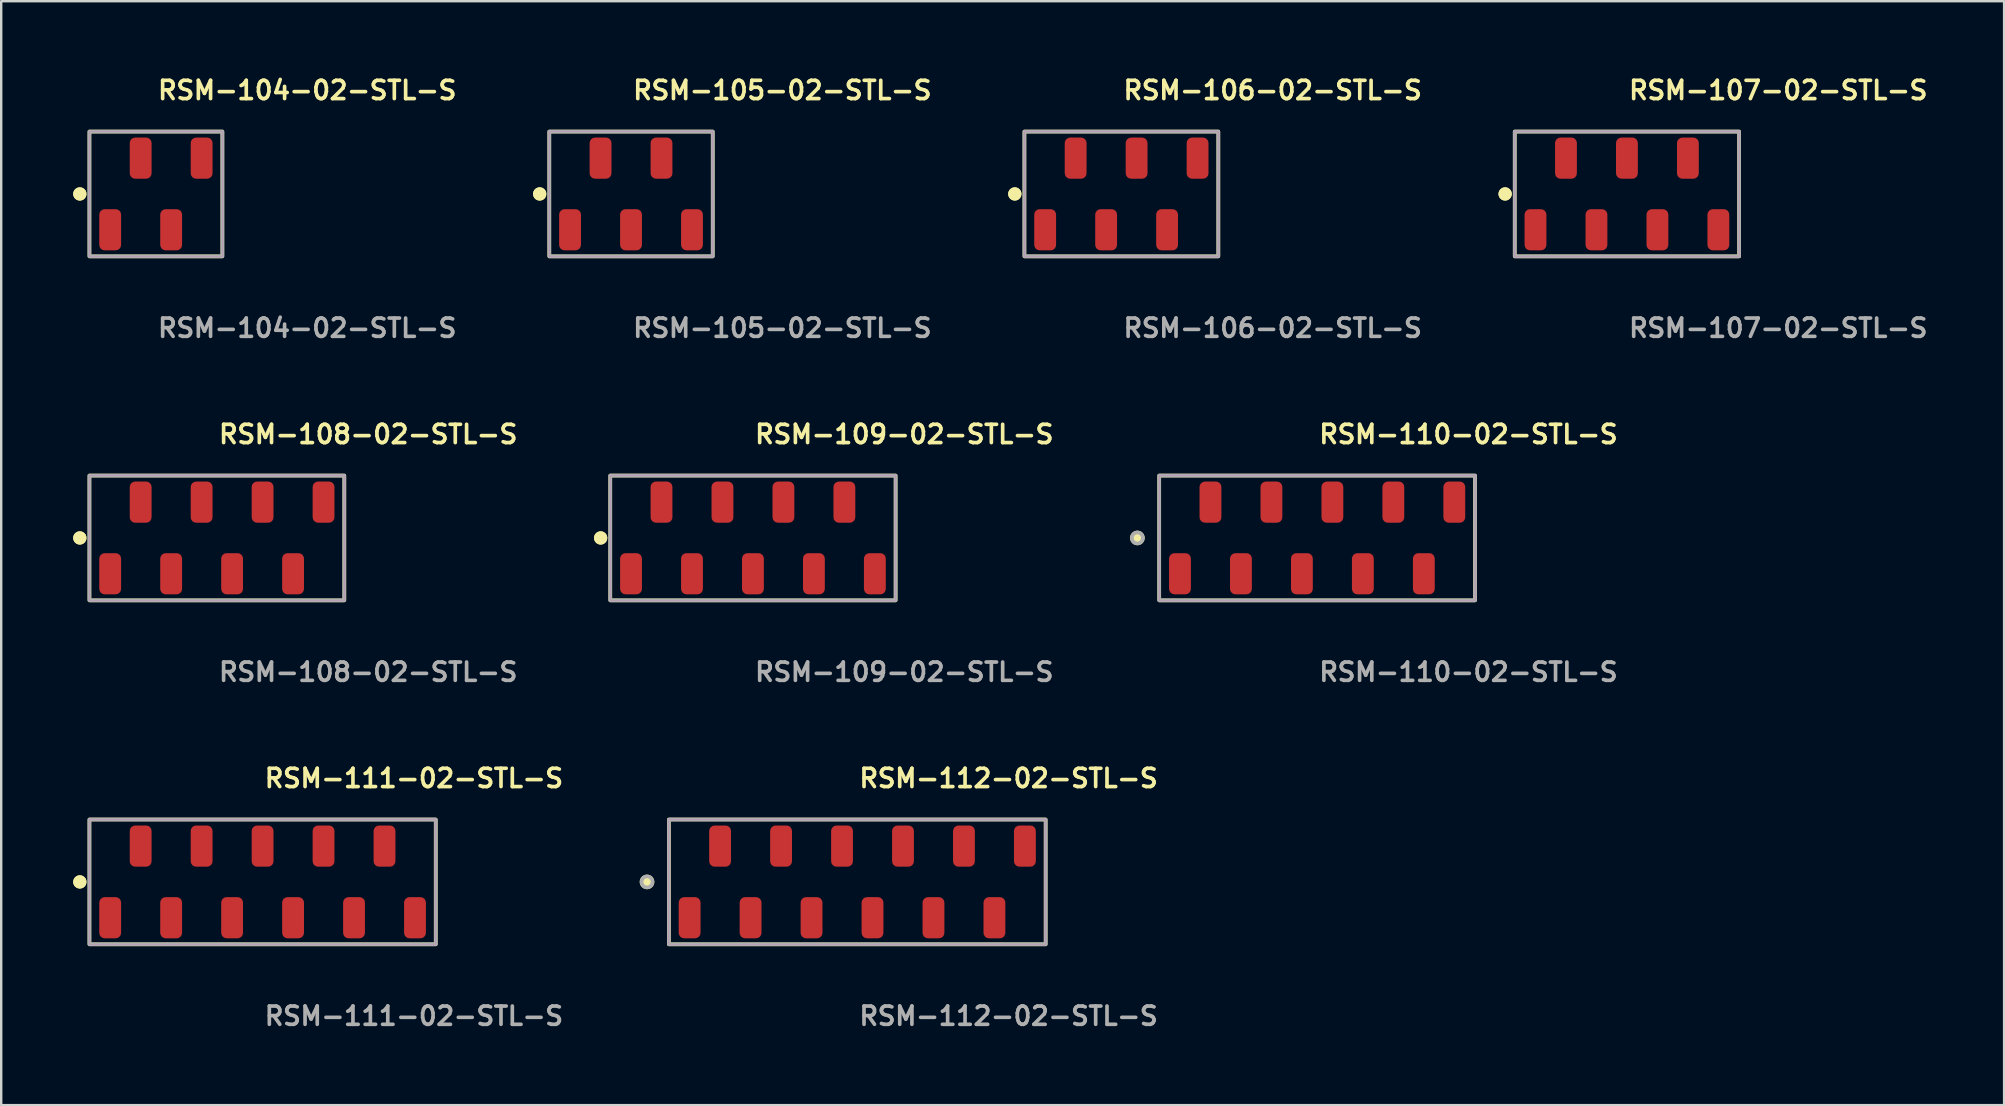
<source format=kicad_pcb>
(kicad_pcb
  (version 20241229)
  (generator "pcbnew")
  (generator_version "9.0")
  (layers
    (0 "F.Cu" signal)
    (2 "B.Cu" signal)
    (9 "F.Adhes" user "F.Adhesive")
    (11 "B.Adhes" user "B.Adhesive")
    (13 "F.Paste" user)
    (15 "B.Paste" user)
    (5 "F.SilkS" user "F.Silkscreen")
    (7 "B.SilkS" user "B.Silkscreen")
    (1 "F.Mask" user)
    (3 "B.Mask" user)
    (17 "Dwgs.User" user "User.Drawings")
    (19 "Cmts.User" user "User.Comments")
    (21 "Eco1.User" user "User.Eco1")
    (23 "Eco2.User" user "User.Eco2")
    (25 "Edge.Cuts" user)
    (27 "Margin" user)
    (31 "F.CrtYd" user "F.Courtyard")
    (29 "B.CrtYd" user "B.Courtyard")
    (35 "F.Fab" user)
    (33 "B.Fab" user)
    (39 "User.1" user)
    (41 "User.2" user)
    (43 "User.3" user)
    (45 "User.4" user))
  (footprint "RSM-105-02-STL-S"
    (layer "F.Cu")
    (at 23.242 5.031)
    (property "Reference" "RSM-105-02-STL-S" (at 0 -4.318 0) (unlocked yes) (layer "F.SilkS") (effects (font (size 0.762 0.762) (thickness 0.152)) (justify left)))
    (fp_rect (start -3.405 2.6) (end 3.405 -2.6) (stroke (width 0.152) (type solid)) (fill no) (layer "F.SilkS"))
    (fp_circle (center -3.805 0) (end -4.005 0) (stroke (width 0.152) (type solid)) (fill yes) (layer "F.SilkS"))
    (fp_circle (center -3.805 0) (end -4.005 0) (stroke (width 0.152) (type solid)) (fill yes) (layer "F.SilkS"))
    (fp_rect (start -3.405 2.6) (end 3.405 -2.6) (stroke (width 0.006) (type solid)) (fill no) (layer "F.CrtYd"))
    (fp_rect (start -3.405 2.6) (end 3.405 -2.6) (stroke (width 0.152) (type solid)) (fill no) (layer "F.Fab"))
    (fp_text user "${REFERENCE}" (at 0 5.588 0) (unlocked yes) (layer "F.Fab") (effects (font (size 0.762 0.762) (thickness 0.152)) (justify left)))
    (pad "1" smd roundrect (at -2.54 1.492) (size 0.91 1.715) (layers "F.Cu" "F.Paste") (roundrect_rratio 0.25))
    (pad "2" smd roundrect (at -1.27 -1.492) (size 0.91 1.715) (layers "F.Cu" "F.Paste") (roundrect_rratio 0.25))
    (pad "3" smd roundrect (at 0 1.492) (size 0.91 1.715) (layers "F.Cu" "F.Paste") (roundrect_rratio 0.25))
    (pad "4" smd roundrect (at 1.27 -1.492) (size 0.91 1.715) (layers "F.Cu" "F.Paste") (roundrect_rratio 0.25))
    (pad "5" smd roundrect (at 2.54 1.492) (size 0.91 1.715) (layers "F.Cu" "F.Paste") (roundrect_rratio 0.25)))
  (footprint "RSM-111-02-STL-S"
    (layer "F.Cu")
    (at 7.891 33.696)
    (property "Reference" "RSM-111-02-STL-S" (at 0 -4.318 0) (unlocked yes) (layer "F.SilkS") (effects (font (size 0.762 0.762) (thickness 0.152)) (justify left)))
    (fp_rect (start -7.215 2.6) (end 7.215 -2.6) (stroke (width 0.152) (type solid)) (fill no) (layer "F.SilkS"))
    (fp_circle (center -7.615 0) (end -7.815 0) (stroke (width 0.152) (type solid)) (fill yes) (layer "F.SilkS"))
    (fp_circle (center -7.615 0) (end -7.815 0) (stroke (width 0.152) (type solid)) (fill yes) (layer "F.SilkS"))
    (fp_rect (start -7.215 2.6) (end 7.215 -2.6) (stroke (width 0.006) (type solid)) (fill no) (layer "F.CrtYd"))
    (fp_rect (start -7.215 2.6) (end 7.215 -2.6) (stroke (width 0.152) (type solid)) (fill no) (layer "F.Fab"))
    (fp_text user "${REFERENCE}" (at 0 5.588 0) (unlocked yes) (layer "F.Fab") (effects (font (size 0.762 0.762) (thickness 0.152)) (justify left)))
    (pad "1" smd roundrect (at -6.35 1.492) (size 0.91 1.715) (layers "F.Cu" "F.Paste") (roundrect_rratio 0.25))
    (pad "2" smd roundrect (at -5.08 -1.492) (size 0.91 1.715) (layers "F.Cu" "F.Paste") (roundrect_rratio 0.25))
    (pad "3" smd roundrect (at -3.81 1.492) (size 0.91 1.715) (layers "F.Cu" "F.Paste") (roundrect_rratio 0.25))
    (pad "4" smd roundrect (at -2.54 -1.492) (size 0.91 1.715) (layers "F.Cu" "F.Paste") (roundrect_rratio 0.25))
    (pad "5" smd roundrect (at -1.27 1.492) (size 0.91 1.715) (layers "F.Cu" "F.Paste") (roundrect_rratio 0.25))
    (pad "6" smd roundrect (at 0 -1.492) (size 0.91 1.715) (layers "F.Cu" "F.Paste") (roundrect_rratio 0.25))
    (pad "7" smd roundrect (at 1.27 1.492) (size 0.91 1.715) (layers "F.Cu" "F.Paste") (roundrect_rratio 0.25))
    (pad "8" smd roundrect (at 2.54 -1.492) (size 0.91 1.715) (layers "F.Cu" "F.Paste") (roundrect_rratio 0.25))
    (pad "9" smd roundrect (at 3.81 1.492) (size 0.91 1.715) (layers "F.Cu" "F.Paste") (roundrect_rratio 0.25))
    (pad "10" smd roundrect (at 5.08 -1.492) (size 0.91 1.715) (layers "F.Cu" "F.Paste") (roundrect_rratio 0.25))
    (pad "11" smd roundrect (at 6.35 1.492) (size 0.91 1.715) (layers "F.Cu" "F.Paste") (roundrect_rratio 0.25)))
  (footprint "RSM-104-02-STL-S"
    (layer "F.Cu")
    (at 3.446 5.031)
    (property "Reference" "RSM-104-02-STL-S" (at 0 -4.318 0) (unlocked yes) (layer "F.SilkS") (effects (font (size 0.762 0.762) (thickness 0.152)) (justify left)))
    (fp_rect (start -2.77 2.6) (end 2.77 -2.6) (stroke (width 0.152) (type solid)) (fill no) (layer "F.SilkS"))
    (fp_circle (center -3.17 0) (end -3.37 0) (stroke (width 0.152) (type solid)) (fill yes) (layer "F.SilkS"))
    (fp_circle (center -3.17 0) (end -3.37 0) (stroke (width 0.152) (type solid)) (fill yes) (layer "F.SilkS"))
    (fp_rect (start -2.77 2.6) (end 2.77 -2.6) (stroke (width 0.006) (type solid)) (fill no) (layer "F.CrtYd"))
    (fp_rect (start -2.77 2.6) (end 2.77 -2.6) (stroke (width 0.152) (type solid)) (fill no) (layer "F.Fab"))
    (fp_text user "${REFERENCE}" (at 0 5.588 0) (unlocked yes) (layer "F.Fab") (effects (font (size 0.762 0.762) (thickness 0.152)) (justify left)))
    (pad "1" smd roundrect (at -1.905 1.492) (size 0.91 1.715) (layers "F.Cu" "F.Paste") (roundrect_rratio 0.25))
    (pad "2" smd roundrect (at -0.635 -1.492) (size 0.91 1.715) (layers "F.Cu" "F.Paste") (roundrect_rratio 0.25))
    (pad "3" smd roundrect (at 0.635 1.492) (size 0.91 1.715) (layers "F.Cu" "F.Paste") (roundrect_rratio 0.25))
    (pad "4" smd roundrect (at 1.905 -1.492) (size 0.91 1.715) (layers "F.Cu" "F.Paste") (roundrect_rratio 0.25)))
  (footprint "RSM-108-02-STL-S"
    (layer "F.Cu")
    (at 5.986 19.364)
    (property "Reference" "RSM-108-02-STL-S" (at 0 -4.318 0) (unlocked yes) (layer "F.SilkS") (effects (font (size 0.762 0.762) (thickness 0.152)) (justify left)))
    (fp_rect (start -5.31 2.6) (end 5.31 -2.6) (stroke (width 0.152) (type solid)) (fill no) (layer "F.SilkS"))
    (fp_circle (center -5.71 0) (end -5.91 0) (stroke (width 0.152) (type solid)) (fill yes) (layer "F.SilkS"))
    (fp_circle (center -5.71 0) (end -5.91 0) (stroke (width 0.152) (type solid)) (fill yes) (layer "F.SilkS"))
    (fp_rect (start -5.31 2.6) (end 5.31 -2.6) (stroke (width 0.006) (type solid)) (fill no) (layer "F.CrtYd"))
    (fp_rect (start -5.31 2.6) (end 5.31 -2.6) (stroke (width 0.152) (type solid)) (fill no) (layer "F.Fab"))
    (fp_text user "${REFERENCE}" (at 0 5.588 0) (unlocked yes) (layer "F.Fab") (effects (font (size 0.762 0.762) (thickness 0.152)) (justify left)))
    (pad "1" smd roundrect (at -4.445 1.492) (size 0.91 1.715) (layers "F.Cu" "F.Paste") (roundrect_rratio 0.25))
    (pad "2" smd roundrect (at -3.175 -1.492) (size 0.91 1.715) (layers "F.Cu" "F.Paste") (roundrect_rratio 0.25))
    (pad "3" smd roundrect (at -1.905 1.492) (size 0.91 1.715) (layers "F.Cu" "F.Paste") (roundrect_rratio 0.25))
    (pad "4" smd roundrect (at -0.635 -1.492) (size 0.91 1.715) (layers "F.Cu" "F.Paste") (roundrect_rratio 0.25))
    (pad "5" smd roundrect (at 0.635 1.492) (size 0.91 1.715) (layers "F.Cu" "F.Paste") (roundrect_rratio 0.25))
    (pad "6" smd roundrect (at 1.905 -1.492) (size 0.91 1.715) (layers "F.Cu" "F.Paste") (roundrect_rratio 0.25))
    (pad "7" smd roundrect (at 3.175 1.492) (size 0.91 1.715) (layers "F.Cu" "F.Paste") (roundrect_rratio 0.25))
    (pad "8" smd roundrect (at 4.445 -1.492) (size 0.91 1.715) (layers "F.Cu" "F.Paste") (roundrect_rratio 0.25)))
  (footprint "RSM-110-02-STL-S"
    (layer "F.Cu")
    (at 51.83 19.364)
    (property "Reference" "RSM-110-02-STL-S" (at 0 -4.318 0) (unlocked yes) (layer "F.SilkS") (effects (font (size 0.762 0.762) (thickness 0.152)) (justify left)))
    (fp_rect (start -6.58 2.6) (end 6.58 -2.6) (stroke (width 0.152) (type solid)) (fill no) (layer "F.SilkS"))
    (fp_circle (center -7.49 0) (end -7.718 0) (stroke (width 0.152) (type solid)) (fill yes) (layer "F.SilkS"))
    (fp_rect (start -6.58 2.6) (end 6.58 -2.6) (stroke (width 0.006) (type solid)) (fill no) (layer "F.CrtYd"))
    (fp_rect (start -6.58 2.6) (end 6.58 -2.6) (stroke (width 0.152) (type solid)) (fill no) (layer "F.Fab"))
    (fp_circle (center -7.49 0) (end -7.718 0) (stroke (width 0.152) (type solid)) (fill no) (layer "F.Fab"))
    (fp_text user "${REFERENCE}" (at 0 5.588 0) (unlocked yes) (layer "F.Fab") (effects (font (size 0.762 0.762) (thickness 0.152)) (justify left)))
    (pad "1" smd roundrect (at -5.715 1.492) (size 0.91 1.715) (layers "F.Cu" "F.Paste") (roundrect_rratio 0.25))
    (pad "2" smd roundrect (at -4.445 -1.492) (size 0.91 1.715) (layers "F.Cu" "F.Paste") (roundrect_rratio 0.25))
    (pad "3" smd roundrect (at -3.175 1.492) (size 0.91 1.715) (layers "F.Cu" "F.Paste") (roundrect_rratio 0.25))
    (pad "4" smd roundrect (at -1.905 -1.492) (size 0.91 1.715) (layers "F.Cu" "F.Paste") (roundrect_rratio 0.25))
    (pad "5" smd roundrect (at -0.635 1.492) (size 0.91 1.715) (layers "F.Cu" "F.Paste") (roundrect_rratio 0.25))
    (pad "6" smd roundrect (at 0.635 -1.492) (size 0.91 1.715) (layers "F.Cu" "F.Paste") (roundrect_rratio 0.25))
    (pad "7" smd roundrect (at 1.905 1.492) (size 0.91 1.715) (layers "F.Cu" "F.Paste") (roundrect_rratio 0.25))
    (pad "8" smd roundrect (at 3.175 -1.492) (size 0.91 1.715) (layers "F.Cu" "F.Paste") (roundrect_rratio 0.25))
    (pad "9" smd roundrect (at 4.445 1.492) (size 0.91 1.715) (layers "F.Cu" "F.Paste") (roundrect_rratio 0.25))
    (pad "10" smd roundrect (at 5.715 -1.492) (size 0.91 1.715) (layers "F.Cu" "F.Paste") (roundrect_rratio 0.25)))
  (footprint "RSM-107-02-STL-S"
    (layer "F.Cu")
    (at 64.738 5.031)
    (property "Reference" "RSM-107-02-STL-S" (at 0 -4.318 0) (unlocked yes) (layer "F.SilkS") (effects (font (size 0.762 0.762) (thickness 0.152)) (justify left)))
    (fp_rect (start -4.675 2.6) (end 4.675 -2.6) (stroke (width 0.152) (type solid)) (fill no) (layer "F.SilkS"))
    (fp_circle (center -5.075 0) (end -5.275 0) (stroke (width 0.152) (type solid)) (fill yes) (layer "F.SilkS"))
    (fp_circle (center -5.075 0) (end -5.275 0) (stroke (width 0.152) (type solid)) (fill yes) (layer "F.SilkS"))
    (fp_rect (start -4.675 2.6) (end 4.675 -2.6) (stroke (width 0.006) (type solid)) (fill no) (layer "F.CrtYd"))
    (fp_rect (start -4.675 2.6) (end 4.675 -2.6) (stroke (width 0.152) (type solid)) (fill no) (layer "F.Fab"))
    (fp_text user "${REFERENCE}" (at 0 5.588 0) (unlocked yes) (layer "F.Fab") (effects (font (size 0.762 0.762) (thickness 0.152)) (justify left)))
    (pad "1" smd roundrect (at -3.81 1.492) (size 0.91 1.715) (layers "F.Cu" "F.Paste") (roundrect_rratio 0.25))
    (pad "2" smd roundrect (at -2.54 -1.492) (size 0.91 1.715) (layers "F.Cu" "F.Paste") (roundrect_rratio 0.25))
    (pad "3" smd roundrect (at -1.27 1.492) (size 0.91 1.715) (layers "F.Cu" "F.Paste") (roundrect_rratio 0.25))
    (pad "4" smd roundrect (at 0 -1.492) (size 0.91 1.715) (layers "F.Cu" "F.Paste") (roundrect_rratio 0.25))
    (pad "5" smd roundrect (at 1.27 1.492) (size 0.91 1.715) (layers "F.Cu" "F.Paste") (roundrect_rratio 0.25))
    (pad "6" smd roundrect (at 2.54 -1.492) (size 0.91 1.715) (layers "F.Cu" "F.Paste") (roundrect_rratio 0.25))
    (pad "7" smd roundrect (at 3.81 1.492) (size 0.91 1.715) (layers "F.Cu" "F.Paste") (roundrect_rratio 0.25)))
  (footprint "RSM-112-02-STL-S"
    (layer "F.Cu")
    (at 32.669 33.696)
    (property "Reference" "RSM-112-02-STL-S" (at 0 -4.318 0) (unlocked yes) (layer "F.SilkS") (effects (font (size 0.762 0.762) (thickness 0.152)) (justify left)))
    (fp_rect (start -7.85 2.6) (end 7.85 -2.6) (stroke (width 0.152) (type solid)) (fill no) (layer "F.SilkS"))
    (fp_circle (center -8.76 0) (end -8.988 0) (stroke (width 0.152) (type solid)) (fill yes) (layer "F.SilkS"))
    (fp_rect (start -7.85 2.6) (end 7.85 -2.6) (stroke (width 0.006) (type solid)) (fill no) (layer "F.CrtYd"))
    (fp_rect (start -7.85 2.6) (end 7.85 -2.6) (stroke (width 0.152) (type solid)) (fill no) (layer "F.Fab"))
    (fp_circle (center -8.76 0) (end -8.988 0) (stroke (width 0.152) (type solid)) (fill no) (layer "F.Fab"))
    (fp_text user "${REFERENCE}" (at 0 5.588 0) (unlocked yes) (layer "F.Fab") (effects (font (size 0.762 0.762) (thickness 0.152)) (justify left)))
    (pad "1" smd roundrect (at -6.985 1.492) (size 0.91 1.715) (layers "F.Cu" "F.Paste") (roundrect_rratio 0.25))
    (pad "2" smd roundrect (at -5.715 -1.492) (size 0.91 1.715) (layers "F.Cu" "F.Paste") (roundrect_rratio 0.25))
    (pad "3" smd roundrect (at -4.445 1.492) (size 0.91 1.715) (layers "F.Cu" "F.Paste") (roundrect_rratio 0.25))
    (pad "4" smd roundrect (at -3.175 -1.492) (size 0.91 1.715) (layers "F.Cu" "F.Paste") (roundrect_rratio 0.25))
    (pad "5" smd roundrect (at -1.905 1.492) (size 0.91 1.715) (layers "F.Cu" "F.Paste") (roundrect_rratio 0.25))
    (pad "6" smd roundrect (at -0.635 -1.492) (size 0.91 1.715) (layers "F.Cu" "F.Paste") (roundrect_rratio 0.25))
    (pad "7" smd roundrect (at 0.635 1.492) (size 0.91 1.715) (layers "F.Cu" "F.Paste") (roundrect_rratio 0.25))
    (pad "8" smd roundrect (at 1.905 -1.492) (size 0.91 1.715) (layers "F.Cu" "F.Paste") (roundrect_rratio 0.25))
    (pad "9" smd roundrect (at 3.175 1.492) (size 0.91 1.715) (layers "F.Cu" "F.Paste") (roundrect_rratio 0.25))
    (pad "10" smd roundrect (at 4.445 -1.492) (size 0.91 1.715) (layers "F.Cu" "F.Paste") (roundrect_rratio 0.25))
    (pad "11" smd roundrect (at 5.715 1.492) (size 0.91 1.715) (layers "F.Cu" "F.Paste") (roundrect_rratio 0.25))
    (pad "12" smd roundrect (at 6.985 -1.492) (size 0.91 1.715) (layers "F.Cu" "F.Paste") (roundrect_rratio 0.25)))
  (footprint "RSM-106-02-STL-S"
    (layer "F.Cu")
    (at 43.673 5.031)
    (property "Reference" "RSM-106-02-STL-S" (at 0 -4.318 0) (unlocked yes) (layer "F.SilkS") (effects (font (size 0.762 0.762) (thickness 0.152)) (justify left)))
    (fp_rect (start -4.04 2.6) (end 4.04 -2.6) (stroke (width 0.152) (type solid)) (fill no) (layer "F.SilkS"))
    (fp_circle (center -4.44 0) (end -4.64 0) (stroke (width 0.152) (type solid)) (fill yes) (layer "F.SilkS"))
    (fp_circle (center -4.44 0) (end -4.64 0) (stroke (width 0.152) (type solid)) (fill yes) (layer "F.SilkS"))
    (fp_rect (start -4.04 2.6) (end 4.04 -2.6) (stroke (width 0.006) (type solid)) (fill no) (layer "F.CrtYd"))
    (fp_rect (start -4.04 2.6) (end 4.04 -2.6) (stroke (width 0.152) (type solid)) (fill no) (layer "F.Fab"))
    (fp_text user "${REFERENCE}" (at 0 5.588 0) (unlocked yes) (layer "F.Fab") (effects (font (size 0.762 0.762) (thickness 0.152)) (justify left)))
    (pad "1" smd roundrect (at -3.175 1.492) (size 0.91 1.715) (layers "F.Cu" "F.Paste") (roundrect_rratio 0.25))
    (pad "2" smd roundrect (at -1.905 -1.492) (size 0.91 1.715) (layers "F.Cu" "F.Paste") (roundrect_rratio 0.25))
    (pad "3" smd roundrect (at -0.635 1.492) (size 0.91 1.715) (layers "F.Cu" "F.Paste") (roundrect_rratio 0.25))
    (pad "4" smd roundrect (at 0.635 -1.492) (size 0.91 1.715) (layers "F.Cu" "F.Paste") (roundrect_rratio 0.25))
    (pad "5" smd roundrect (at 1.905 1.492) (size 0.91 1.715) (layers "F.Cu" "F.Paste") (roundrect_rratio 0.25))
    (pad "6" smd roundrect (at 3.175 -1.492) (size 0.91 1.715) (layers "F.Cu" "F.Paste") (roundrect_rratio 0.25)))
  (footprint "RSM-109-02-STL-S"
    (layer "F.Cu")
    (at 28.322 19.364)
    (property "Reference" "RSM-109-02-STL-S" (at 0 -4.318 0) (unlocked yes) (layer "F.SilkS") (effects (font (size 0.762 0.762) (thickness 0.152)) (justify left)))
    (fp_rect (start -5.945 2.6) (end 5.945 -2.6) (stroke (width 0.152) (type solid)) (fill no) (layer "F.SilkS"))
    (fp_circle (center -6.345 0) (end -6.545 0) (stroke (width 0.152) (type solid)) (fill yes) (layer "F.SilkS"))
    (fp_circle (center -6.345 0) (end -6.545 0) (stroke (width 0.152) (type solid)) (fill yes) (layer "F.SilkS"))
    (fp_rect (start -5.945 2.6) (end 5.945 -2.6) (stroke (width 0.006) (type solid)) (fill no) (layer "F.CrtYd"))
    (fp_rect (start -5.945 2.6) (end 5.945 -2.6) (stroke (width 0.152) (type solid)) (fill no) (layer "F.Fab"))
    (fp_text user "${REFERENCE}" (at 0 5.588 0) (unlocked yes) (layer "F.Fab") (effects (font (size 0.762 0.762) (thickness 0.152)) (justify left)))
    (pad "1" smd roundrect (at -5.08 1.492) (size 0.91 1.715) (layers "F.Cu" "F.Paste") (roundrect_rratio 0.25))
    (pad "2" smd roundrect (at -3.81 -1.492) (size 0.91 1.715) (layers "F.Cu" "F.Paste") (roundrect_rratio 0.25))
    (pad "3" smd roundrect (at -2.54 1.492) (size 0.91 1.715) (layers "F.Cu" "F.Paste") (roundrect_rratio 0.25))
    (pad "4" smd roundrect (at -1.27 -1.492) (size 0.91 1.715) (layers "F.Cu" "F.Paste") (roundrect_rratio 0.25))
    (pad "5" smd roundrect (at 0 1.492) (size 0.91 1.715) (layers "F.Cu" "F.Paste") (roundrect_rratio 0.25))
    (pad "6" smd roundrect (at 1.27 -1.492) (size 0.91 1.715) (layers "F.Cu" "F.Paste") (roundrect_rratio 0.25))
    (pad "7" smd roundrect (at 2.54 1.492) (size 0.91 1.715) (layers "F.Cu" "F.Paste") (roundrect_rratio 0.25))
    (pad "8" smd roundrect (at 3.81 -1.492) (size 0.91 1.715) (layers "F.Cu" "F.Paste") (roundrect_rratio 0.25))
    (pad "9" smd roundrect (at 5.08 1.492) (size 0.91 1.715) (layers "F.Cu" "F.Paste") (roundrect_rratio 0.25)))
  (gr_rect
    (start -3 -3)
    (end 80.453 42.997)
    (stroke (width 0.1) (type default))
    (fill no)
    (layer "Edge.Cuts")))
</source>
